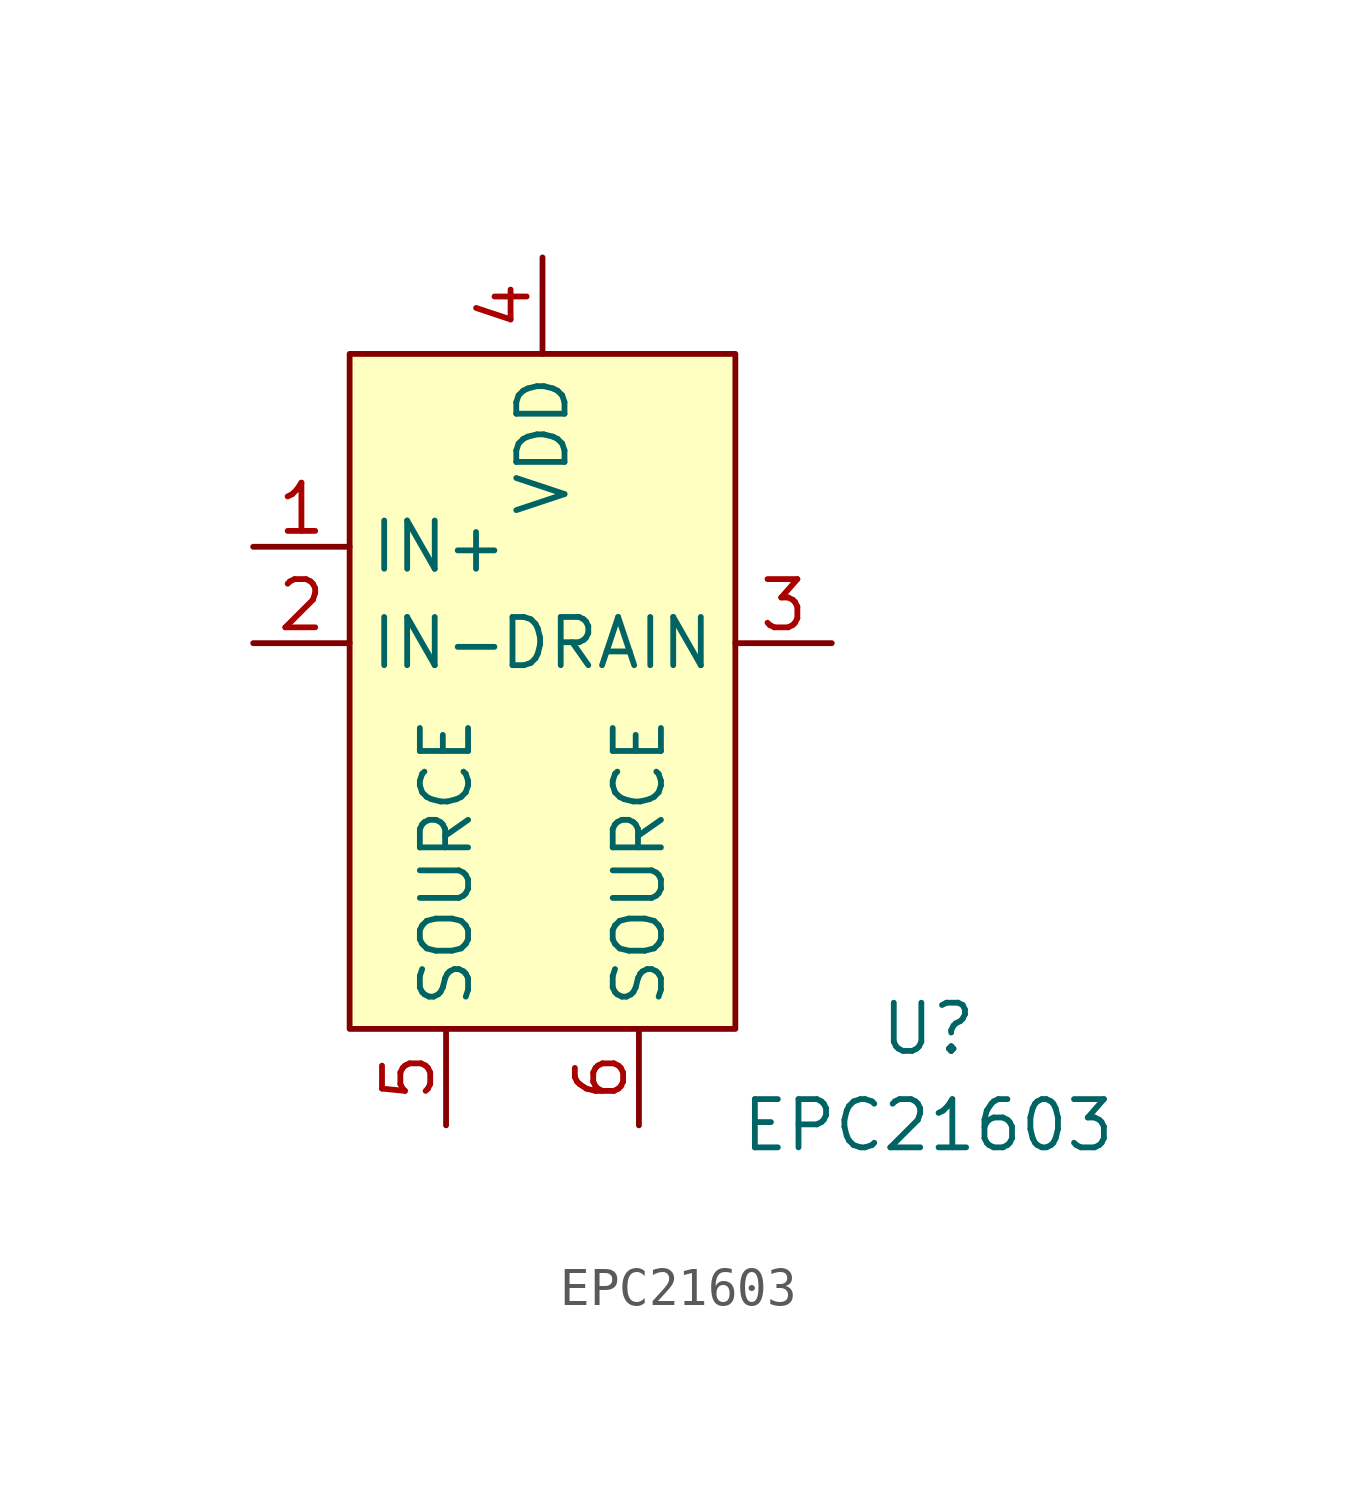
<source format=kicad_sym>
(kicad_symbol_lib
  (version 20201005)
  (generator kicad_symbol_editor)
  (symbol "VCSEL_Driver:EPC21603"
    (property "Reference" "U"
      (at 10.16 -7.62 0)
      (effects (font (size 1.27 1.27))))
    (property "Value" "EPC21603"
      (at 10.16 -10.16 0)
      (effects (font (size 1.27 1.27))))
    (symbol "EPC21603_0_1"
      (rectangle (start -5.08 10.16) (end 5.08 -7.62) (stroke (width 0.152)) (fill (type background))))
    (symbol "EPC21603_1_1"
      (pin input line (at -7.62 5.08 0) (length 2.54) (name "IN+" (effects (font (size 1.27 1.27)))) (number "1" (effects (font (size 1.27 1.27)))))
      (pin input line (at -7.62 2.54 0) (length 2.54) (name "IN-" (effects (font (size 1.27 1.27)))) (number "2" (effects (font (size 1.27 1.27)))))
      (pin input line (at 7.62 2.54 180) (length 2.54) (name "DRAIN" (effects (font (size 1.27 1.27)))) (number "3" (effects (font (size 1.27 1.27)))))
      (pin input line (at 0 12.7 270) (length 2.54) (name "VDD" (effects (font (size 1.27 1.27)))) (number "4" (effects (font (size 1.27 1.27)))))
      (pin input line (at -2.54 -10.16 90) (length 2.54) (name "SOURCE" (effects (font (size 1.27 1.27)))) (number "5" (effects (font (size 1.27 1.27)))))
      (pin input line (at 2.54 -10.16 90) (length 2.54) (name "SOURCE" (effects (font (size 1.27 1.27)))) (number "6" (effects (font (size 1.27 1.27))))))))
</source>
